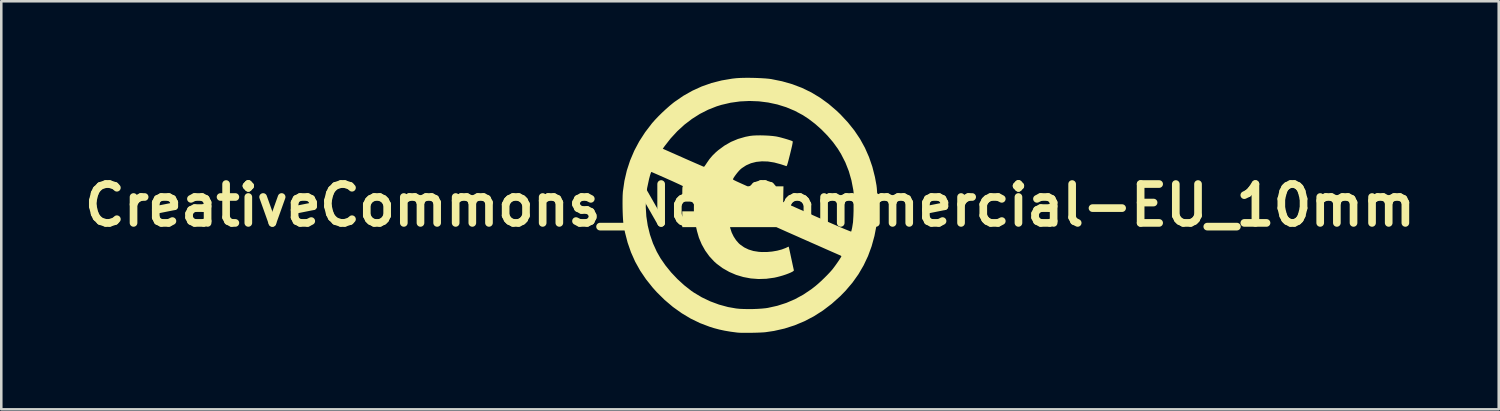
<source format=kicad_pcb>
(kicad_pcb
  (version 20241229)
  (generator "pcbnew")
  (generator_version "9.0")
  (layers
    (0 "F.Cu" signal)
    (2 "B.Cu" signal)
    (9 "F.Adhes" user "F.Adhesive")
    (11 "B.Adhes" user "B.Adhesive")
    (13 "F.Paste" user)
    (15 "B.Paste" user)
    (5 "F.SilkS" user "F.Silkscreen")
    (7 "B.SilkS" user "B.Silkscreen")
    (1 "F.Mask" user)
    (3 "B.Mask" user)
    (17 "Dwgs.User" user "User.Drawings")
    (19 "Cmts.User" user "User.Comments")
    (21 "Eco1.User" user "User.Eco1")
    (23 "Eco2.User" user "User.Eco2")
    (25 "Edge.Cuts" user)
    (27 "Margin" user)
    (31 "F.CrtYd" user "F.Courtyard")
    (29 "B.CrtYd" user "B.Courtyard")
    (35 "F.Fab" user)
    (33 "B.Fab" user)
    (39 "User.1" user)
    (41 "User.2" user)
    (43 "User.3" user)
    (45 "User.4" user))
  (footprint "CreativeCommons_NonCommercial-EU_10mm"
    (layer "F.Cu")
    (at 26.351 4.999)
    (property "Reference" "CreativeCommons_NonCommercial-EU_10mm" (at 0 0 0) (layer "F.SilkS") (effects (font (size 1.524 1.524) (thickness 0.3))))
    (attr board_only exclude_from_pos_files exclude_from_bom)
    (fp_poly (pts (xy 0.087 -4.997) (xy 0.267 -4.992) (xy 0.442 -4.984) (xy 0.603 -4.974) (xy 0.742 -4.961) (xy 0.836 -4.948) (xy 1.256 -4.863) (xy 1.655 -4.749) (xy 2.035 -4.605) (xy 2.398 -4.429) (xy 2.744 -4.221) (xy 3.077 -3.98) (xy 3.397 -3.706) (xy 3.545 -3.564) (xy 3.835 -3.253) (xy 4.091 -2.933) (xy 4.314 -2.601) (xy 4.505 -2.254) (xy 4.665 -1.891) (xy 4.796 -1.51) (xy 4.898 -1.107) (xy 4.958 -0.782) (xy 4.97 -0.68) (xy 4.98 -0.55) (xy 4.987 -0.396) (xy 4.991 -0.228) (xy 4.993 -0.05) (xy 4.993 0.13) (xy 4.99 0.304) (xy 4.984 0.467) (xy 4.976 0.611) (xy 4.966 0.729) (xy 4.96 0.777) (xy 4.878 1.201) (xy 4.767 1.605) (xy 4.626 1.989) (xy 4.453 2.354) (xy 4.25 2.702) (xy 4.014 3.033) (xy 3.746 3.348) (xy 3.534 3.565) (xy 3.204 3.86) (xy 2.86 4.122) (xy 2.503 4.35) (xy 2.132 4.544) (xy 1.748 4.704) (xy 1.351 4.831) (xy 0.94 4.924) (xy 0.609 4.973) (xy 0.528 4.98) (xy 0.42 4.986) (xy 0.294 4.991) (xy 0.156 4.995) (xy 0.014 4.997) (xy -0.126 4.998) (xy -0.256 4.998) (xy -0.368 4.996) (xy -0.457 4.992) (xy -0.5 4.988) (xy -0.759 4.954) (xy -0.991 4.915) (xy -1.204 4.869) (xy -1.408 4.815) (xy -1.581 4.761) (xy -1.96 4.617) (xy -2.327 4.439) (xy -2.681 4.227) (xy -3.022 3.983) (xy -3.347 3.708) (xy -3.656 3.403) (xy -3.814 3.227) (xy -4.077 2.898) (xy -4.306 2.56) (xy -4.502 2.209) (xy -4.665 1.843) (xy -4.798 1.461) (xy -4.902 1.059) (xy -4.956 0.773) (xy -4.968 0.677) (xy -4.978 0.553) (xy -4.986 0.407) (xy -4.992 0.247) (xy -4.996 0.081) (xy -4.996 0.066) (xy -4.087 0.066) (xy -4.064 0.434) (xy -4.009 0.795) (xy -3.922 1.149) (xy -3.804 1.491) (xy -3.655 1.818) (xy -3.51 2.073) (xy -3.315 2.355) (xy -3.091 2.631) (xy -2.844 2.892) (xy -2.58 3.133) (xy -2.306 3.348) (xy -2.203 3.419) (xy -1.892 3.605) (xy -1.561 3.763) (xy -1.216 3.891) (xy -0.863 3.987) (xy -0.544 4.043) (xy -0.409 4.057) (xy -0.249 4.064) (xy -0.072 4.067) (xy 0.112 4.066) (xy 0.293 4.059) (xy 0.464 4.048) (xy 0.613 4.033) (xy 0.7 4.02) (xy 1.07 3.938) (xy 1.423 3.825) (xy 1.761 3.68) (xy 2.087 3.502) (xy 2.402 3.291) (xy 2.563 3.166) (xy 2.669 3.076) (xy 2.788 2.968) (xy 2.91 2.851) (xy 3.029 2.732) (xy 3.136 2.619) (xy 3.224 2.519) (xy 3.239 2.5) (xy 3.286 2.439) (xy 3.34 2.366) (xy 3.397 2.286) (xy 3.453 2.206) (xy 3.503 2.131) (xy 3.544 2.067) (xy 3.572 2.02) (xy 3.582 1.997) (xy 3.567 1.979) (xy 3.541 1.965) (xy 3.518 1.955) (xy 3.465 1.932) (xy 3.386 1.897) (xy 3.283 1.852) (xy 3.16 1.798) (xy 3.021 1.737) (xy 2.868 1.669) (xy 2.705 1.597) (xy 2.536 1.522) (xy 2.363 1.446) (xy 2.189 1.369) (xy 2.019 1.294) (xy 1.856 1.221) (xy 1.702 1.153) (xy 1.562 1.091) (xy 1.437 1.036) (xy 1.333 0.989) (xy 1.252 0.953) (xy 1.212 0.935) (xy 1.033 0.855) (xy -0.783 0.855) (xy -0.771 0.905) (xy -0.719 1.065) (xy -0.642 1.223) (xy -0.546 1.369) (xy -0.437 1.493) (xy -0.387 1.537) (xy -0.228 1.649) (xy -0.056 1.732) (xy 0.133 1.79) (xy 0.344 1.823) (xy 0.466 1.831) (xy 0.665 1.83) (xy 0.867 1.812) (xy 1.064 1.778) (xy 1.246 1.73) (xy 1.404 1.67) (xy 1.443 1.651) (xy 1.486 1.631) (xy 1.513 1.621) (xy 1.517 1.621) (xy 1.522 1.64) (xy 1.533 1.689) (xy 1.55 1.765) (xy 1.571 1.861) (xy 1.595 1.974) (xy 1.616 2.073) (xy 1.643 2.196) (xy 1.667 2.309) (xy 1.688 2.406) (xy 1.705 2.482) (xy 1.716 2.531) (xy 1.72 2.548) (xy 1.708 2.57) (xy 1.666 2.6) (xy 1.599 2.634) (xy 1.511 2.671) (xy 1.408 2.71) (xy 1.293 2.748) (xy 1.173 2.783) (xy 1.052 2.814) (xy 0.948 2.837) (xy 0.64 2.879) (xy 0.334 2.889) (xy 0.032 2.866) (xy -0.262 2.811) (xy -0.546 2.726) (xy -0.815 2.61) (xy -1.069 2.466) (xy -1.302 2.294) (xy -1.404 2.203) (xy -1.591 2.002) (xy -1.755 1.776) (xy -1.893 1.531) (xy -2.003 1.27) (xy -2.081 0.999) (xy -2.081 0.995) (xy -2.113 0.855) (xy -2.655 0.855) (xy -2.655 0.236) (xy -2.2 0.236) (xy -2.2 0.074) (xy -2.199 -0.002) (xy -2.196 -0.066) (xy -2.191 -0.108) (xy -2.189 -0.117) (xy -2.188 -0.128) (xy -2.2 -0.137) (xy -2.23 -0.142) (xy -2.283 -0.144) (xy -2.364 -0.145) (xy -2.416 -0.145) (xy -2.655 -0.145) (xy -2.655 -0.445) (xy -2.654 -0.557) (xy -2.653 -0.637) (xy -2.65 -0.69) (xy -2.645 -0.723) (xy -2.638 -0.74) (xy -2.628 -0.746) (xy -2.623 -0.746) (xy -2.632 -0.753) (xy -2.67 -0.773) (xy -2.736 -0.805) (xy -2.824 -0.846) (xy -2.932 -0.896) (xy -3.057 -0.953) (xy -3.195 -1.014) (xy -3.226 -1.028) (xy -3.367 -1.091) (xy -3.499 -1.149) (xy -3.615 -1.2) (xy -3.714 -1.243) (xy -3.791 -1.277) (xy -3.843 -1.299) (xy -3.866 -1.309) (xy -3.867 -1.309) (xy -3.879 -1.292) (xy -3.899 -1.24) (xy -3.924 -1.156) (xy -3.955 -1.041) (xy -3.956 -1.037) (xy -4.034 -0.672) (xy -4.077 -0.303) (xy -4.087 0.066) (xy -4.996 0.066) (xy -4.997 -0.084) (xy -4.996 -0.242) (xy -4.993 -0.383) (xy -4.986 -0.501) (xy -4.983 -0.54) (xy -4.923 -0.959) (xy -4.829 -1.365) (xy -4.7 -1.759) (xy -4.538 -2.14) (xy -4.497 -2.218) (xy -3.42 -2.218) (xy -3.342 -2.184) (xy -3.309 -2.169) (xy -3.247 -2.142) (xy -3.159 -2.103) (xy -3.049 -2.054) (xy -2.922 -1.998) (xy -2.781 -1.936) (xy -2.63 -1.869) (xy -2.541 -1.829) (xy -2.389 -1.762) (xy -2.247 -1.7) (xy -2.119 -1.644) (xy -2.008 -1.596) (xy -1.918 -1.557) (xy -1.852 -1.528) (xy -1.813 -1.513) (xy -1.804 -1.51) (xy -1.789 -1.524) (xy -1.76 -1.563) (xy -1.721 -1.619) (xy -1.695 -1.66) (xy -1.589 -1.812) (xy -1.475 -1.947) (xy -1.343 -2.077) (xy -1.243 -2.163) (xy -1.001 -2.341) (xy -0.746 -2.487) (xy -0.474 -2.601) (xy -0.184 -2.685) (xy -0.000217 -2.721) (xy 0.113 -2.734) (xy 0.252 -2.741) (xy 0.408 -2.743) (xy 0.572 -2.739) (xy 0.735 -2.731) (xy 0.886 -2.718) (xy 1.017 -2.701) (xy 1.064 -2.692) (xy 1.142 -2.675) (xy 1.235 -2.651) (xy 1.335 -2.623) (xy 1.435 -2.594) (xy 1.526 -2.565) (xy 1.601 -2.54) (xy 1.653 -2.52) (xy 1.668 -2.512) (xy 1.674 -2.499) (xy 1.673 -2.47) (xy 1.665 -2.42) (xy 1.651 -2.347) (xy 1.628 -2.247) (xy 1.597 -2.118) (xy 1.571 -2.011) (xy 1.534 -1.866) (xy 1.505 -1.752) (xy 1.482 -1.667) (xy 1.464 -1.606) (xy 1.449 -1.567) (xy 1.438 -1.545) (xy 1.427 -1.537) (xy 1.42 -1.538) (xy 1.392 -1.548) (xy 1.337 -1.567) (xy 1.264 -1.591) (xy 1.206 -1.61) (xy 0.949 -1.679) (xy 0.702 -1.718) (xy 0.467 -1.725) (xy 0.245 -1.703) (xy 0.039 -1.651) (xy -0.151 -1.568) (xy -0.321 -1.457) (xy -0.38 -1.407) (xy -0.429 -1.357) (xy -0.484 -1.294) (xy -0.539 -1.225) (xy -0.59 -1.156) (xy -0.632 -1.094) (xy -0.66 -1.045) (xy -0.669 -1.016) (xy -0.668 -1.014) (xy -0.651 -1.002) (xy -0.605 -0.977) (xy -0.538 -0.944) (xy -0.453 -0.905) (xy -0.381 -0.872) (xy -0.1 -0.746) (xy 0.605 -0.746) (xy 1.311 -0.745) (xy 1.305 -0.437) (xy 1.3 -0.129) (xy 2.627 0.459) (xy 2.869 0.566) (xy 3.091 0.663) (xy 3.291 0.751) (xy 3.468 0.827) (xy 3.621 0.893) (xy 3.748 0.946) (xy 3.847 0.986) (xy 3.917 1.014) (xy 3.957 1.027) (xy 3.966 1.028) (xy 3.974 1.002) (xy 3.987 0.951) (xy 4.002 0.883) (xy 4.006 0.863) (xy 4.04 0.65) (xy 4.065 0.416) (xy 4.079 0.171) (xy 4.083 -0.075) (xy 4.076 -0.311) (xy 4.058 -0.528) (xy 4.049 -0.601) (xy 3.976 -0.979) (xy 3.873 -1.339) (xy 3.737 -1.683) (xy 3.569 -2.011) (xy 3.442 -2.218) (xy 3.255 -2.476) (xy 3.039 -2.729) (xy 2.803 -2.97) (xy 2.551 -3.194) (xy 2.29 -3.393) (xy 2.073 -3.535) (xy 1.755 -3.705) (xy 1.42 -3.845) (xy 1.071 -3.954) (xy 0.712 -4.031) (xy 0.346 -4.077) (xy -0.023 -4.091) (xy -0.393 -4.073) (xy -0.76 -4.022) (xy -1.121 -3.938) (xy -1.309 -3.88) (xy -1.642 -3.748) (xy -1.965 -3.584) (xy -2.276 -3.387) (xy -2.573 -3.16) (xy -2.852 -2.904) (xy -3.112 -2.622) (xy -3.346 -2.323) (xy -3.42 -2.218) (xy -4.497 -2.218) (xy -4.341 -2.51) (xy -4.11 -2.867) (xy -3.845 -3.213) (xy -3.829 -3.232) (xy -3.719 -3.356) (xy -3.589 -3.492) (xy -3.445 -3.634) (xy -3.295 -3.773) (xy -3.149 -3.902) (xy -3.013 -4.014) (xy -2.954 -4.059) (xy -2.612 -4.294) (xy -2.257 -4.494) (xy -1.89 -4.661) (xy -1.509 -4.795) (xy -1.112 -4.896) (xy -0.699 -4.966) (xy -0.537 -4.984) (xy -0.412 -4.992) (xy -0.261 -4.997) (xy -0.092 -4.999)) (stroke (width 0) (type solid)) (fill yes) (layer "F.SilkS")))
  (gr_rect
    (start -3 -3)
    (end 55.701 12.997)
    (stroke (width 0.1) (type default))
    (fill no)
    (layer "Edge.Cuts")))
</source>
